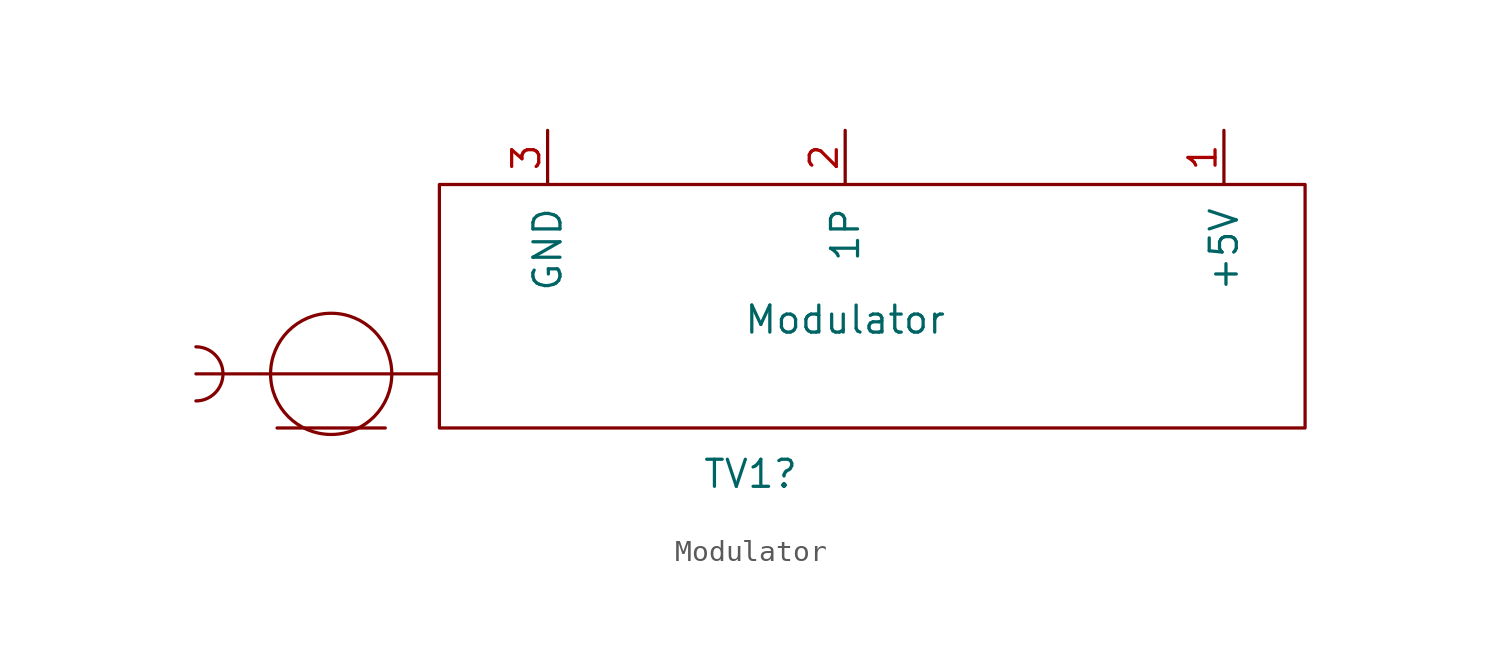
<source format=kicad_sym>
(kicad_symbol_lib
  (version 20241209)
  (generator "kicad_symbol_editor")
  (generator_version "9.0")
  (symbol "Modulator"
    (pin_names
      (offset 1.016))
    (property "Reference" "TV1"
      (at -9.525 -9.779 0)
      (effects (font (size 1.27 1.27))))
    (property "Value" "Modulator"
      (at -5.08 -2.54 0)
      (effects (font (size 1.27 1.27))))
    (symbol "Modulator_0_1"
      (arc (start -35.56 -3.81) (mid -34.29 -5.08) (end -35.56 -6.35) (stroke (width 0) (type solid)) (fill (type none)))
      (circle (center -29.21 -5.08) (radius 2.845) (stroke (width 0) (type solid)) (fill (type none)))
      (polyline (pts (xy -26.67 -7.62) (xy -31.75 -7.62)) (stroke (width 0) (type solid)) (fill (type none)))
      (polyline (pts (xy -24.13 -5.08) (xy -35.56 -5.08)) (stroke (width 0) (type solid)) (fill (type none)))
      (rectangle (start 16.51 3.81) (end -24.13 -7.62) (stroke (width 0) (type solid)) (fill (type none))))
    (symbol "Modulator_1_1"
      (pin power_in line (at -19.05 6.35 270) (length 2.54) (name "GND" (effects (font (size 1.27 1.27)))) (number "3" (effects (font (size 1.27 1.27)))))
      (pin input line (at -5.08 6.35 270) (length 2.54) (name "1P" (effects (font (size 1.27 1.27)))) (number "2" (effects (font (size 1.27 1.27)))))
      (pin power_in line (at 12.7 6.35 270) (length 2.54) (name "+5V" (effects (font (size 1.27 1.27)))) (number "1" (effects (font (size 1.27 1.27))))))))
</source>
